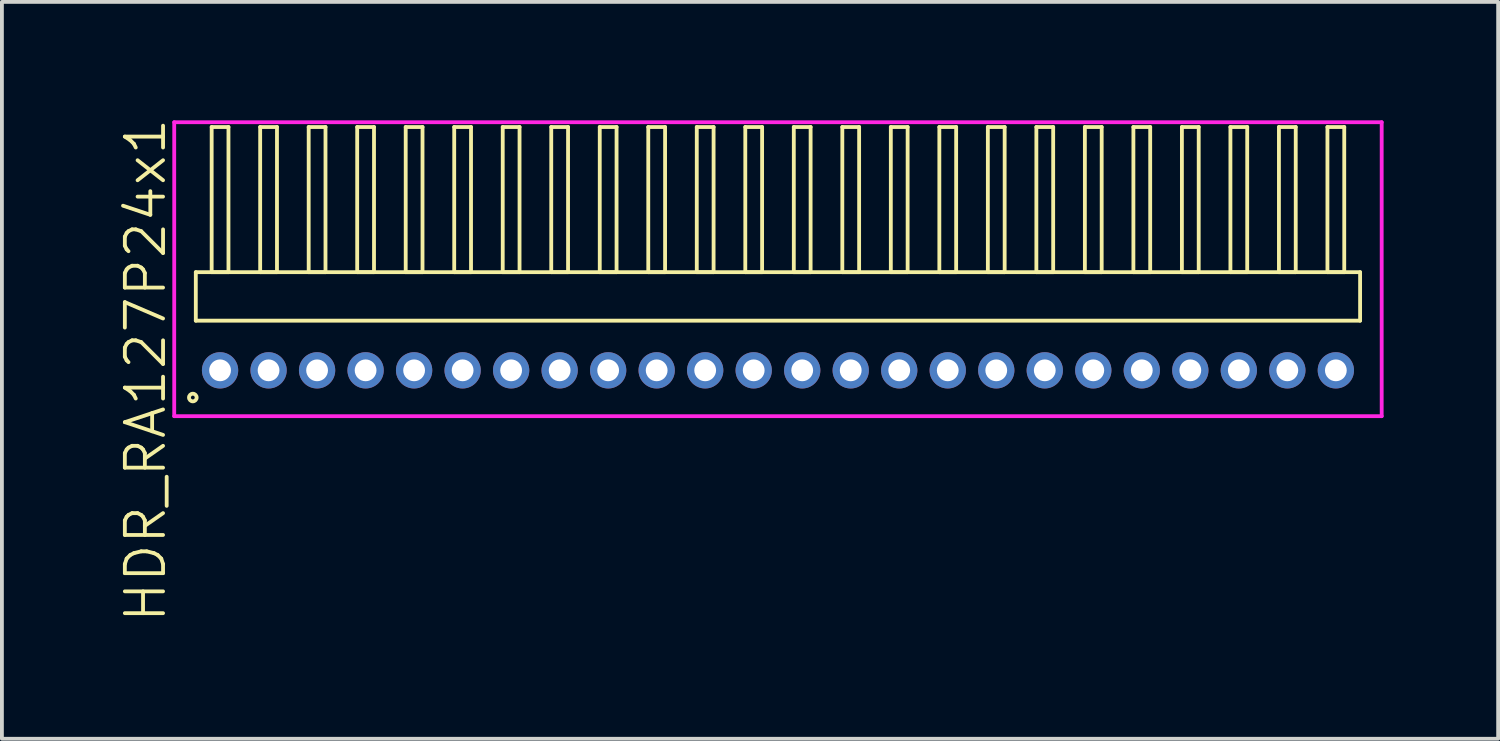
<source format=kicad_pcb>
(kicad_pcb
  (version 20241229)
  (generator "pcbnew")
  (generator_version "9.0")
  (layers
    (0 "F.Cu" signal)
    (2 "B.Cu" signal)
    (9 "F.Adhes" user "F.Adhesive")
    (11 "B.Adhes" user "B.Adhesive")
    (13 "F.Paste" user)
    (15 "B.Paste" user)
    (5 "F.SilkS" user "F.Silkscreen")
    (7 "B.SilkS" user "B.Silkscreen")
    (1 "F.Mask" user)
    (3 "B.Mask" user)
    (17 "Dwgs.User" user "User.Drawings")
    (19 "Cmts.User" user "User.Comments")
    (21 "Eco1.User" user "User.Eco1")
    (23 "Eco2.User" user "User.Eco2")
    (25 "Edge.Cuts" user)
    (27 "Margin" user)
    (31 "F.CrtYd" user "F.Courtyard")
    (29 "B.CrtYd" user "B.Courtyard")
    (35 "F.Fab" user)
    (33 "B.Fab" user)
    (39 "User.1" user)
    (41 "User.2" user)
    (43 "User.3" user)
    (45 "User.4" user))
  (footprint "HDR_RA127P24x1"
    (layer "F.Cu")
    (at 17.316 6.645)
    (property "Reference" "HDR_RA127P24x1" (at -16.555 0 90) (layer "F.SilkS") (effects (font (size 1 1) (thickness 0.1))))
    (attr through_hole)
    (fp_line (start -15.24 -2.57) (end -15.24 -1.3) (stroke (width 0.1) (type solid)) (layer "F.SilkS"))
    (fp_line (start -15.24 -1.3) (end 15.24 -1.3) (stroke (width 0.1) (type solid)) (layer "F.SilkS"))
    (fp_line (start -14.825 -6.37) (end -14.825 -2.57) (stroke (width 0.1) (type solid)) (layer "F.SilkS"))
    (fp_line (start -14.825 -2.57) (end -14.385 -2.57) (stroke (width 0.1) (type solid)) (layer "F.SilkS"))
    (fp_line (start -14.385 -6.37) (end -14.825 -6.37) (stroke (width 0.1) (type solid)) (layer "F.SilkS"))
    (fp_line (start -14.385 -2.57) (end -14.385 -6.37) (stroke (width 0.1) (type solid)) (layer "F.SilkS"))
    (fp_line (start -13.555 -6.37) (end -13.555 -2.57) (stroke (width 0.1) (type solid)) (layer "F.SilkS"))
    (fp_line (start -13.555 -2.57) (end -13.115 -2.57) (stroke (width 0.1) (type solid)) (layer "F.SilkS"))
    (fp_line (start -13.115 -6.37) (end -13.555 -6.37) (stroke (width 0.1) (type solid)) (layer "F.SilkS"))
    (fp_line (start -13.115 -2.57) (end -13.115 -6.37) (stroke (width 0.1) (type solid)) (layer "F.SilkS"))
    (fp_line (start -12.285 -6.37) (end -12.285 -2.57) (stroke (width 0.1) (type solid)) (layer "F.SilkS"))
    (fp_line (start -12.285 -2.57) (end -11.845 -2.57) (stroke (width 0.1) (type solid)) (layer "F.SilkS"))
    (fp_line (start -11.845 -6.37) (end -12.285 -6.37) (stroke (width 0.1) (type solid)) (layer "F.SilkS"))
    (fp_line (start -11.845 -2.57) (end -11.845 -6.37) (stroke (width 0.1) (type solid)) (layer "F.SilkS"))
    (fp_line (start -11.015 -6.37) (end -11.015 -2.57) (stroke (width 0.1) (type solid)) (layer "F.SilkS"))
    (fp_line (start -11.015 -2.57) (end -10.575 -2.57) (stroke (width 0.1) (type solid)) (layer "F.SilkS"))
    (fp_line (start -10.575 -6.37) (end -11.015 -6.37) (stroke (width 0.1) (type solid)) (layer "F.SilkS"))
    (fp_line (start -10.575 -2.57) (end -10.575 -6.37) (stroke (width 0.1) (type solid)) (layer "F.SilkS"))
    (fp_line (start -9.745 -6.37) (end -9.745 -2.57) (stroke (width 0.1) (type solid)) (layer "F.SilkS"))
    (fp_line (start -9.745 -2.57) (end -9.305 -2.57) (stroke (width 0.1) (type solid)) (layer "F.SilkS"))
    (fp_line (start -9.305 -6.37) (end -9.745 -6.37) (stroke (width 0.1) (type solid)) (layer "F.SilkS"))
    (fp_line (start -9.305 -2.57) (end -9.305 -6.37) (stroke (width 0.1) (type solid)) (layer "F.SilkS"))
    (fp_line (start -8.475 -6.37) (end -8.475 -2.57) (stroke (width 0.1) (type solid)) (layer "F.SilkS"))
    (fp_line (start -8.475 -2.57) (end -8.035 -2.57) (stroke (width 0.1) (type solid)) (layer "F.SilkS"))
    (fp_line (start -8.035 -6.37) (end -8.475 -6.37) (stroke (width 0.1) (type solid)) (layer "F.SilkS"))
    (fp_line (start -8.035 -2.57) (end -8.035 -6.37) (stroke (width 0.1) (type solid)) (layer "F.SilkS"))
    (fp_line (start -7.205 -6.37) (end -7.205 -2.57) (stroke (width 0.1) (type solid)) (layer "F.SilkS"))
    (fp_line (start -7.205 -2.57) (end -6.765 -2.57) (stroke (width 0.1) (type solid)) (layer "F.SilkS"))
    (fp_line (start -6.765 -6.37) (end -7.205 -6.37) (stroke (width 0.1) (type solid)) (layer "F.SilkS"))
    (fp_line (start -6.765 -2.57) (end -6.765 -6.37) (stroke (width 0.1) (type solid)) (layer "F.SilkS"))
    (fp_line (start -5.935 -6.37) (end -5.935 -2.57) (stroke (width 0.1) (type solid)) (layer "F.SilkS"))
    (fp_line (start -5.935 -2.57) (end -5.495 -2.57) (stroke (width 0.1) (type solid)) (layer "F.SilkS"))
    (fp_line (start -5.495 -6.37) (end -5.935 -6.37) (stroke (width 0.1) (type solid)) (layer "F.SilkS"))
    (fp_line (start -5.495 -2.57) (end -5.495 -6.37) (stroke (width 0.1) (type solid)) (layer "F.SilkS"))
    (fp_line (start -4.665 -6.37) (end -4.665 -2.57) (stroke (width 0.1) (type solid)) (layer "F.SilkS"))
    (fp_line (start -4.665 -2.57) (end -4.225 -2.57) (stroke (width 0.1) (type solid)) (layer "F.SilkS"))
    (fp_line (start -4.225 -6.37) (end -4.665 -6.37) (stroke (width 0.1) (type solid)) (layer "F.SilkS"))
    (fp_line (start -4.225 -2.57) (end -4.225 -6.37) (stroke (width 0.1) (type solid)) (layer "F.SilkS"))
    (fp_line (start -3.395 -6.37) (end -3.395 -2.57) (stroke (width 0.1) (type solid)) (layer "F.SilkS"))
    (fp_line (start -3.395 -2.57) (end -2.955 -2.57) (stroke (width 0.1) (type solid)) (layer "F.SilkS"))
    (fp_line (start -2.955 -6.37) (end -3.395 -6.37) (stroke (width 0.1) (type solid)) (layer "F.SilkS"))
    (fp_line (start -2.955 -2.57) (end -2.955 -6.37) (stroke (width 0.1) (type solid)) (layer "F.SilkS"))
    (fp_line (start -2.125 -6.37) (end -2.125 -2.57) (stroke (width 0.1) (type solid)) (layer "F.SilkS"))
    (fp_line (start -2.125 -2.57) (end -1.685 -2.57) (stroke (width 0.1) (type solid)) (layer "F.SilkS"))
    (fp_line (start -1.685 -6.37) (end -2.125 -6.37) (stroke (width 0.1) (type solid)) (layer "F.SilkS"))
    (fp_line (start -1.685 -2.57) (end -1.685 -6.37) (stroke (width 0.1) (type solid)) (layer "F.SilkS"))
    (fp_line (start -0.855 -6.37) (end -0.855 -2.57) (stroke (width 0.1) (type solid)) (layer "F.SilkS"))
    (fp_line (start -0.855 -2.57) (end -0.415 -2.57) (stroke (width 0.1) (type solid)) (layer "F.SilkS"))
    (fp_line (start -0.415 -6.37) (end -0.855 -6.37) (stroke (width 0.1) (type solid)) (layer "F.SilkS"))
    (fp_line (start -0.415 -2.57) (end -0.415 -6.37) (stroke (width 0.1) (type solid)) (layer "F.SilkS"))
    (fp_line (start 0.415 -6.37) (end 0.415 -2.57) (stroke (width 0.1) (type solid)) (layer "F.SilkS"))
    (fp_line (start 0.415 -2.57) (end 0.855 -2.57) (stroke (width 0.1) (type solid)) (layer "F.SilkS"))
    (fp_line (start 0.855 -6.37) (end 0.415 -6.37) (stroke (width 0.1) (type solid)) (layer "F.SilkS"))
    (fp_line (start 0.855 -2.57) (end 0.855 -6.37) (stroke (width 0.1) (type solid)) (layer "F.SilkS"))
    (fp_line (start 1.685 -6.37) (end 1.685 -2.57) (stroke (width 0.1) (type solid)) (layer "F.SilkS"))
    (fp_line (start 1.685 -2.57) (end 2.125 -2.57) (stroke (width 0.1) (type solid)) (layer "F.SilkS"))
    (fp_line (start 2.125 -6.37) (end 1.685 -6.37) (stroke (width 0.1) (type solid)) (layer "F.SilkS"))
    (fp_line (start 2.125 -2.57) (end 2.125 -6.37) (stroke (width 0.1) (type solid)) (layer "F.SilkS"))
    (fp_line (start 2.955 -6.37) (end 2.955 -2.57) (stroke (width 0.1) (type solid)) (layer "F.SilkS"))
    (fp_line (start 2.955 -2.57) (end 3.395 -2.57) (stroke (width 0.1) (type solid)) (layer "F.SilkS"))
    (fp_line (start 3.395 -6.37) (end 2.955 -6.37) (stroke (width 0.1) (type solid)) (layer "F.SilkS"))
    (fp_line (start 3.395 -2.57) (end 3.395 -6.37) (stroke (width 0.1) (type solid)) (layer "F.SilkS"))
    (fp_line (start 4.225 -6.37) (end 4.225 -2.57) (stroke (width 0.1) (type solid)) (layer "F.SilkS"))
    (fp_line (start 4.225 -2.57) (end 4.665 -2.57) (stroke (width 0.1) (type solid)) (layer "F.SilkS"))
    (fp_line (start 4.665 -6.37) (end 4.225 -6.37) (stroke (width 0.1) (type solid)) (layer "F.SilkS"))
    (fp_line (start 4.665 -2.57) (end 4.665 -6.37) (stroke (width 0.1) (type solid)) (layer "F.SilkS"))
    (fp_line (start 5.495 -6.37) (end 5.495 -2.57) (stroke (width 0.1) (type solid)) (layer "F.SilkS"))
    (fp_line (start 5.495 -2.57) (end 5.935 -2.57) (stroke (width 0.1) (type solid)) (layer "F.SilkS"))
    (fp_line (start 5.935 -6.37) (end 5.495 -6.37) (stroke (width 0.1) (type solid)) (layer "F.SilkS"))
    (fp_line (start 5.935 -2.57) (end 5.935 -6.37) (stroke (width 0.1) (type solid)) (layer "F.SilkS"))
    (fp_line (start 6.765 -6.37) (end 6.765 -2.57) (stroke (width 0.1) (type solid)) (layer "F.SilkS"))
    (fp_line (start 6.765 -2.57) (end 7.205 -2.57) (stroke (width 0.1) (type solid)) (layer "F.SilkS"))
    (fp_line (start 7.205 -6.37) (end 6.765 -6.37) (stroke (width 0.1) (type solid)) (layer "F.SilkS"))
    (fp_line (start 7.205 -2.57) (end 7.205 -6.37) (stroke (width 0.1) (type solid)) (layer "F.SilkS"))
    (fp_line (start 8.035 -6.37) (end 8.035 -2.57) (stroke (width 0.1) (type solid)) (layer "F.SilkS"))
    (fp_line (start 8.035 -2.57) (end 8.475 -2.57) (stroke (width 0.1) (type solid)) (layer "F.SilkS"))
    (fp_line (start 8.475 -6.37) (end 8.035 -6.37) (stroke (width 0.1) (type solid)) (layer "F.SilkS"))
    (fp_line (start 8.475 -2.57) (end 8.475 -6.37) (stroke (width 0.1) (type solid)) (layer "F.SilkS"))
    (fp_line (start 9.305 -6.37) (end 9.305 -2.57) (stroke (width 0.1) (type solid)) (layer "F.SilkS"))
    (fp_line (start 9.305 -2.57) (end 9.745 -2.57) (stroke (width 0.1) (type solid)) (layer "F.SilkS"))
    (fp_line (start 9.745 -6.37) (end 9.305 -6.37) (stroke (width 0.1) (type solid)) (layer "F.SilkS"))
    (fp_line (start 9.745 -2.57) (end 9.745 -6.37) (stroke (width 0.1) (type solid)) (layer "F.SilkS"))
    (fp_line (start 10.575 -6.37) (end 10.575 -2.57) (stroke (width 0.1) (type solid)) (layer "F.SilkS"))
    (fp_line (start 10.575 -2.57) (end 11.015 -2.57) (stroke (width 0.1) (type solid)) (layer "F.SilkS"))
    (fp_line (start 11.015 -6.37) (end 10.575 -6.37) (stroke (width 0.1) (type solid)) (layer "F.SilkS"))
    (fp_line (start 11.015 -2.57) (end 11.015 -6.37) (stroke (width 0.1) (type solid)) (layer "F.SilkS"))
    (fp_line (start 11.845 -6.37) (end 11.845 -2.57) (stroke (width 0.1) (type solid)) (layer "F.SilkS"))
    (fp_line (start 11.845 -2.57) (end 12.285 -2.57) (stroke (width 0.1) (type solid)) (layer "F.SilkS"))
    (fp_line (start 12.285 -6.37) (end 11.845 -6.37) (stroke (width 0.1) (type solid)) (layer "F.SilkS"))
    (fp_line (start 12.285 -2.57) (end 12.285 -6.37) (stroke (width 0.1) (type solid)) (layer "F.SilkS"))
    (fp_line (start 13.115 -6.37) (end 13.115 -2.57) (stroke (width 0.1) (type solid)) (layer "F.SilkS"))
    (fp_line (start 13.115 -2.57) (end 13.555 -2.57) (stroke (width 0.1) (type solid)) (layer "F.SilkS"))
    (fp_line (start 13.555 -6.37) (end 13.115 -6.37) (stroke (width 0.1) (type solid)) (layer "F.SilkS"))
    (fp_line (start 13.555 -2.57) (end 13.555 -6.37) (stroke (width 0.1) (type solid)) (layer "F.SilkS"))
    (fp_line (start 14.385 -6.37) (end 14.385 -2.57) (stroke (width 0.1) (type solid)) (layer "F.SilkS"))
    (fp_line (start 14.385 -2.57) (end 14.825 -2.57) (stroke (width 0.1) (type solid)) (layer "F.SilkS"))
    (fp_line (start 14.825 -6.37) (end 14.385 -6.37) (stroke (width 0.1) (type solid)) (layer "F.SilkS"))
    (fp_line (start 14.825 -2.57) (end 14.825 -6.37) (stroke (width 0.1) (type solid)) (layer "F.SilkS"))
    (fp_line (start 15.24 -2.57) (end -15.24 -2.57) (stroke (width 0.1) (type solid)) (layer "F.SilkS"))
    (fp_line (start 15.24 -1.3) (end 15.24 -2.57) (stroke (width 0.1) (type solid)) (layer "F.SilkS"))
    (fp_circle (center -15.318 0.712) (end -15.218 0.712) (stroke (width 0.1) (type solid)) (fill no) (layer "F.SilkS"))
    (fp_line (start -15.805 -6.495) (end -15.805 1.2) (stroke (width 0.1) (type solid)) (layer "F.CrtYd"))
    (fp_line (start -15.805 1.2) (end 15.805 1.2) (stroke (width 0.1) (type solid)) (layer "F.CrtYd"))
    (fp_line (start 15.805 -6.495) (end -15.805 -6.495) (stroke (width 0.1) (type solid)) (layer "F.CrtYd"))
    (fp_line (start 15.805 1.2) (end 15.805 -6.495) (stroke (width 0.1) (type solid)) (layer "F.CrtYd"))
    (pad "1" thru_hole oval (at -14.605 0) (size 0.95 0.95) (drill 0.57) (layers "*.Cu" "*.Mask"))
    (pad "2" thru_hole oval (at -13.335 0) (size 0.95 0.95) (drill 0.57) (layers "*.Cu" "*.Mask"))
    (pad "3" thru_hole oval (at -12.065 0) (size 0.95 0.95) (drill 0.57) (layers "*.Cu" "*.Mask"))
    (pad "4" thru_hole oval (at -10.795 0) (size 0.95 0.95) (drill 0.57) (layers "*.Cu" "*.Mask"))
    (pad "5" thru_hole oval (at -9.525 0) (size 0.95 0.95) (drill 0.57) (layers "*.Cu" "*.Mask"))
    (pad "6" thru_hole oval (at -8.255 0) (size 0.95 0.95) (drill 0.57) (layers "*.Cu" "*.Mask"))
    (pad "7" thru_hole oval (at -6.985 0) (size 0.95 0.95) (drill 0.57) (layers "*.Cu" "*.Mask"))
    (pad "8" thru_hole oval (at -5.715 0) (size 0.95 0.95) (drill 0.57) (layers "*.Cu" "*.Mask"))
    (pad "9" thru_hole oval (at -4.445 0) (size 0.95 0.95) (drill 0.57) (layers "*.Cu" "*.Mask"))
    (pad "10" thru_hole oval (at -3.175 0) (size 0.95 0.95) (drill 0.57) (layers "*.Cu" "*.Mask"))
    (pad "11" thru_hole oval (at -1.905 0) (size 0.95 0.95) (drill 0.57) (layers "*.Cu" "*.Mask"))
    (pad "12" thru_hole oval (at -0.635 0) (size 0.95 0.95) (drill 0.57) (layers "*.Cu" "*.Mask"))
    (pad "13" thru_hole oval (at 0.635 0) (size 0.95 0.95) (drill 0.57) (layers "*.Cu" "*.Mask"))
    (pad "14" thru_hole oval (at 1.905 0) (size 0.95 0.95) (drill 0.57) (layers "*.Cu" "*.Mask"))
    (pad "15" thru_hole oval (at 3.175 0) (size 0.95 0.95) (drill 0.57) (layers "*.Cu" "*.Mask"))
    (pad "16" thru_hole oval (at 4.445 0) (size 0.95 0.95) (drill 0.57) (layers "*.Cu" "*.Mask"))
    (pad "17" thru_hole oval (at 5.715 0) (size 0.95 0.95) (drill 0.57) (layers "*.Cu" "*.Mask"))
    (pad "18" thru_hole oval (at 6.985 0) (size 0.95 0.95) (drill 0.57) (layers "*.Cu" "*.Mask"))
    (pad "19" thru_hole oval (at 8.255 0) (size 0.95 0.95) (drill 0.57) (layers "*.Cu" "*.Mask"))
    (pad "20" thru_hole oval (at 9.525 0) (size 0.95 0.95) (drill 0.57) (layers "*.Cu" "*.Mask"))
    (pad "21" thru_hole oval (at 10.795 0) (size 0.95 0.95) (drill 0.57) (layers "*.Cu" "*.Mask"))
    (pad "22" thru_hole oval (at 12.065 0) (size 0.95 0.95) (drill 0.57) (layers "*.Cu" "*.Mask"))
    (pad "23" thru_hole oval (at 13.335 0) (size 0.95 0.95) (drill 0.57) (layers "*.Cu" "*.Mask"))
    (pad "24" thru_hole oval (at 14.605 0) (size 0.95 0.95) (drill 0.57) (layers "*.Cu" "*.Mask")))
  (gr_rect
    (start -3 -3)
    (end 36.17 16.29)
    (stroke (width 0.1) (type default))
    (fill no)
    (layer "Edge.Cuts")))
</source>
